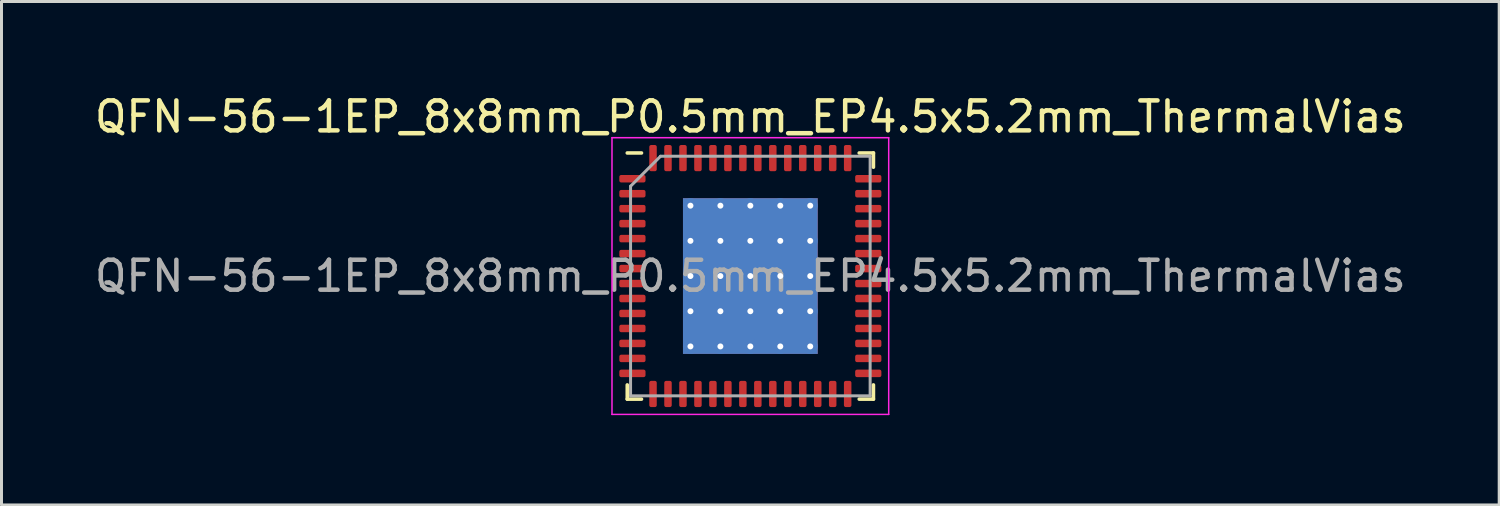
<source format=kicad_pcb>
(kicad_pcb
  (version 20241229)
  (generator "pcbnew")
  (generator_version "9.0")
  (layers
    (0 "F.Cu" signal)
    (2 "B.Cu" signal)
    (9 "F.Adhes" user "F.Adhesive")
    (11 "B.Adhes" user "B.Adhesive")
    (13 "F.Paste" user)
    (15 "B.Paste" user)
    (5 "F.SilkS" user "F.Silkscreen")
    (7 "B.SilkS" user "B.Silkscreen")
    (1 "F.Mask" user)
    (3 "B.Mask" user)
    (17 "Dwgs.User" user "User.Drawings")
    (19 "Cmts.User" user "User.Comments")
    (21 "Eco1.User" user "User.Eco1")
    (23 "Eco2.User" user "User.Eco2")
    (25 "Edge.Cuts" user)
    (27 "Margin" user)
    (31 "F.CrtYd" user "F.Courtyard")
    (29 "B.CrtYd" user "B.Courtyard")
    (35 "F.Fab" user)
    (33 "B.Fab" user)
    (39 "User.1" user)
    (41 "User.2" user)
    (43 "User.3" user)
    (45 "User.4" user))
  (footprint "QFN-56-1EP_8x8mm_P0.5mm_EP4.5x5.2mm_ThermalVias"
    (layer "F.Cu")
    (at 22.006 6.168)
    (property "Reference" "QFN-56-1EP_8x8mm_P0.5mm_EP4.5x5.2mm_ThermalVias" (at 0 -5.32 0) (layer "F.SilkS") (effects (font (size 1 1) (thickness 0.15))))
    (attr smd)
    (fp_line (start -4.11 4.11) (end -4.11 3.635) (stroke (width 0.12) (type solid)) (layer "F.SilkS"))
    (fp_line (start -3.635 -4.11) (end -4.11 -4.11) (stroke (width 0.12) (type solid)) (layer "F.SilkS"))
    (fp_line (start -3.635 4.11) (end -4.11 4.11) (stroke (width 0.12) (type solid)) (layer "F.SilkS"))
    (fp_line (start 3.635 -4.11) (end 4.11 -4.11) (stroke (width 0.12) (type solid)) (layer "F.SilkS"))
    (fp_line (start 3.635 4.11) (end 4.11 4.11) (stroke (width 0.12) (type solid)) (layer "F.SilkS"))
    (fp_line (start 4.11 -4.11) (end 4.11 -3.635) (stroke (width 0.12) (type solid)) (layer "F.SilkS"))
    (fp_line (start 4.11 4.11) (end 4.11 3.635) (stroke (width 0.12) (type solid)) (layer "F.SilkS"))
    (fp_line (start -4.62 -4.62) (end -4.62 4.62) (stroke (width 0.05) (type solid)) (layer "F.CrtYd"))
    (fp_line (start -4.62 4.62) (end 4.62 4.62) (stroke (width 0.05) (type solid)) (layer "F.CrtYd"))
    (fp_line (start 4.62 -4.62) (end -4.62 -4.62) (stroke (width 0.05) (type solid)) (layer "F.CrtYd"))
    (fp_line (start 4.62 4.62) (end 4.62 -4.62) (stroke (width 0.05) (type solid)) (layer "F.CrtYd"))
    (fp_line (start -4 -3) (end -3 -4) (stroke (width 0.1) (type solid)) (layer "F.Fab"))
    (fp_line (start -4 4) (end -4 -3) (stroke (width 0.1) (type solid)) (layer "F.Fab"))
    (fp_line (start -3 -4) (end 4 -4) (stroke (width 0.1) (type solid)) (layer "F.Fab"))
    (fp_line (start 4 -4) (end 4 4) (stroke (width 0.1) (type solid)) (layer "F.Fab"))
    (fp_line (start 4 4) (end -4 4) (stroke (width 0.1) (type solid)) (layer "F.Fab"))
    (fp_text user "${REFERENCE}" (at 0 0 0) (layer "F.Fab") (effects (font (size 1 1) (thickness 0.15))))
    (pad "" smd custom (at -1.5 -1.762) (size 0.776 0.776) (layers "F.Paste") (options (anchor circle)) (primitives (gr_poly (pts (xy -0.341 -0.33) (xy -0.262 -0.408) (xy 0.262 -0.408) (xy 0.341 -0.33) (xy 0.341 0.33) (xy 0.262 0.408) (xy -0.262 0.408) (xy -0.341 0.33)) (width 0.19) (fill yes))))
    (pad "" smd custom (at -1.5 -0.588) (size 0.776 0.776) (layers "F.Paste") (options (anchor circle)) (primitives (gr_poly (pts (xy -0.341 -0.33) (xy -0.262 -0.408) (xy 0.262 -0.408) (xy 0.341 -0.33) (xy 0.341 0.33) (xy 0.262 0.408) (xy -0.262 0.408) (xy -0.341 0.33)) (width 0.19) (fill yes))))
    (pad "" smd custom (at -1.5 0.588) (size 0.776 0.776) (layers "F.Paste") (options (anchor circle)) (primitives (gr_poly (pts (xy -0.341 -0.33) (xy -0.262 -0.408) (xy 0.262 -0.408) (xy 0.341 -0.33) (xy 0.341 0.33) (xy 0.262 0.408) (xy -0.262 0.408) (xy -0.341 0.33)) (width 0.19) (fill yes))))
    (pad "" smd custom (at -1.5 1.762) (size 0.776 0.776) (layers "F.Paste") (options (anchor circle)) (primitives (gr_poly (pts (xy -0.341 -0.33) (xy -0.262 -0.408) (xy 0.262 -0.408) (xy 0.341 -0.33) (xy 0.341 0.33) (xy 0.262 0.408) (xy -0.262 0.408) (xy -0.341 0.33)) (width 0.19) (fill yes))))
    (pad "" smd custom (at -0.5 -1.762) (size 0.776 0.776) (layers "F.Paste") (options (anchor circle)) (primitives (gr_poly (pts (xy -0.341 -0.33) (xy -0.262 -0.408) (xy 0.262 -0.408) (xy 0.341 -0.33) (xy 0.341 0.33) (xy 0.262 0.408) (xy -0.262 0.408) (xy -0.341 0.33)) (width 0.19) (fill yes))))
    (pad "" smd custom (at -0.5 -0.588) (size 0.776 0.776) (layers "F.Paste") (options (anchor circle)) (primitives (gr_poly (pts (xy -0.341 -0.33) (xy -0.262 -0.408) (xy 0.262 -0.408) (xy 0.341 -0.33) (xy 0.341 0.33) (xy 0.262 0.408) (xy -0.262 0.408) (xy -0.341 0.33)) (width 0.19) (fill yes))))
    (pad "" smd custom (at -0.5 0.588) (size 0.776 0.776) (layers "F.Paste") (options (anchor circle)) (primitives (gr_poly (pts (xy -0.341 -0.33) (xy -0.262 -0.408) (xy 0.262 -0.408) (xy 0.341 -0.33) (xy 0.341 0.33) (xy 0.262 0.408) (xy -0.262 0.408) (xy -0.341 0.33)) (width 0.19) (fill yes))))
    (pad "" smd custom (at -0.5 1.762) (size 0.776 0.776) (layers "F.Paste") (options (anchor circle)) (primitives (gr_poly (pts (xy -0.341 -0.33) (xy -0.262 -0.408) (xy 0.262 -0.408) (xy 0.341 -0.33) (xy 0.341 0.33) (xy 0.262 0.408) (xy -0.262 0.408) (xy -0.341 0.33)) (width 0.19) (fill yes))))
    (pad "" smd custom (at 0.5 -1.762) (size 0.776 0.776) (layers "F.Paste") (options (anchor circle)) (primitives (gr_poly (pts (xy -0.341 -0.33) (xy -0.262 -0.408) (xy 0.262 -0.408) (xy 0.341 -0.33) (xy 0.341 0.33) (xy 0.262 0.408) (xy -0.262 0.408) (xy -0.341 0.33)) (width 0.19) (fill yes))))
    (pad "" smd custom (at 0.5 -0.588) (size 0.776 0.776) (layers "F.Paste") (options (anchor circle)) (primitives (gr_poly (pts (xy -0.341 -0.33) (xy -0.262 -0.408) (xy 0.262 -0.408) (xy 0.341 -0.33) (xy 0.341 0.33) (xy 0.262 0.408) (xy -0.262 0.408) (xy -0.341 0.33)) (width 0.19) (fill yes))))
    (pad "" smd custom (at 0.5 0.588) (size 0.776 0.776) (layers "F.Paste") (options (anchor circle)) (primitives (gr_poly (pts (xy -0.341 -0.33) (xy -0.262 -0.408) (xy 0.262 -0.408) (xy 0.341 -0.33) (xy 0.341 0.33) (xy 0.262 0.408) (xy -0.262 0.408) (xy -0.341 0.33)) (width 0.19) (fill yes))))
    (pad "" smd custom (at 0.5 1.762) (size 0.776 0.776) (layers "F.Paste") (options (anchor circle)) (primitives (gr_poly (pts (xy -0.341 -0.33) (xy -0.262 -0.408) (xy 0.262 -0.408) (xy 0.341 -0.33) (xy 0.341 0.33) (xy 0.262 0.408) (xy -0.262 0.408) (xy -0.341 0.33)) (width 0.19) (fill yes))))
    (pad "" smd custom (at 1.5 -1.762) (size 0.776 0.776) (layers "F.Paste") (options (anchor circle)) (primitives (gr_poly (pts (xy -0.341 -0.33) (xy -0.262 -0.408) (xy 0.262 -0.408) (xy 0.341 -0.33) (xy 0.341 0.33) (xy 0.262 0.408) (xy -0.262 0.408) (xy -0.341 0.33)) (width 0.19) (fill yes))))
    (pad "" smd custom (at 1.5 -0.588) (size 0.776 0.776) (layers "F.Paste") (options (anchor circle)) (primitives (gr_poly (pts (xy -0.341 -0.33) (xy -0.262 -0.408) (xy 0.262 -0.408) (xy 0.341 -0.33) (xy 0.341 0.33) (xy 0.262 0.408) (xy -0.262 0.408) (xy -0.341 0.33)) (width 0.19) (fill yes))))
    (pad "" smd custom (at 1.5 0.588) (size 0.776 0.776) (layers "F.Paste") (options (anchor circle)) (primitives (gr_poly (pts (xy -0.341 -0.33) (xy -0.262 -0.408) (xy 0.262 -0.408) (xy 0.341 -0.33) (xy 0.341 0.33) (xy 0.262 0.408) (xy -0.262 0.408) (xy -0.341 0.33)) (width 0.19) (fill yes))))
    (pad "" smd custom (at 1.5 1.762) (size 0.776 0.776) (layers "F.Paste") (options (anchor circle)) (primitives (gr_poly (pts (xy -0.341 -0.33) (xy -0.262 -0.408) (xy 0.262 -0.408) (xy 0.341 -0.33) (xy 0.341 0.33) (xy 0.262 0.408) (xy -0.262 0.408) (xy -0.341 0.33)) (width 0.19) (fill yes))))
    (pad "1" smd roundrect (at -3.938 -3.25) (size 0.875 0.25) (layers "F.Cu" "F.Mask" "F.Paste") (roundrect_rratio 0.25))
    (pad "2" smd roundrect (at -3.938 -2.75) (size 0.875 0.25) (layers "F.Cu" "F.Mask" "F.Paste") (roundrect_rratio 0.25))
    (pad "3" smd roundrect (at -3.938 -2.25) (size 0.875 0.25) (layers "F.Cu" "F.Mask" "F.Paste") (roundrect_rratio 0.25))
    (pad "4" smd roundrect (at -3.938 -1.75) (size 0.875 0.25) (layers "F.Cu" "F.Mask" "F.Paste") (roundrect_rratio 0.25))
    (pad "5" smd roundrect (at -3.938 -1.25) (size 0.875 0.25) (layers "F.Cu" "F.Mask" "F.Paste") (roundrect_rratio 0.25))
    (pad "6" smd roundrect (at -3.938 -0.75) (size 0.875 0.25) (layers "F.Cu" "F.Mask" "F.Paste") (roundrect_rratio 0.25))
    (pad "7" smd roundrect (at -3.938 -0.25) (size 0.875 0.25) (layers "F.Cu" "F.Mask" "F.Paste") (roundrect_rratio 0.25))
    (pad "8" smd roundrect (at -3.938 0.25) (size 0.875 0.25) (layers "F.Cu" "F.Mask" "F.Paste") (roundrect_rratio 0.25))
    (pad "9" smd roundrect (at -3.938 0.75) (size 0.875 0.25) (layers "F.Cu" "F.Mask" "F.Paste") (roundrect_rratio 0.25))
    (pad "10" smd roundrect (at -3.938 1.25) (size 0.875 0.25) (layers "F.Cu" "F.Mask" "F.Paste") (roundrect_rratio 0.25))
    (pad "11" smd roundrect (at -3.938 1.75) (size 0.875 0.25) (layers "F.Cu" "F.Mask" "F.Paste") (roundrect_rratio 0.25))
    (pad "12" smd roundrect (at -3.938 2.25) (size 0.875 0.25) (layers "F.Cu" "F.Mask" "F.Paste") (roundrect_rratio 0.25))
    (pad "13" smd roundrect (at -3.938 2.75) (size 0.875 0.25) (layers "F.Cu" "F.Mask" "F.Paste") (roundrect_rratio 0.25))
    (pad "14" smd roundrect (at -3.938 3.25) (size 0.875 0.25) (layers "F.Cu" "F.Mask" "F.Paste") (roundrect_rratio 0.25))
    (pad "15" smd roundrect (at -3.25 3.938) (size 0.25 0.875) (layers "F.Cu" "F.Mask" "F.Paste") (roundrect_rratio 0.25))
    (pad "16" smd roundrect (at -2.75 3.938) (size 0.25 0.875) (layers "F.Cu" "F.Mask" "F.Paste") (roundrect_rratio 0.25))
    (pad "17" smd roundrect (at -2.25 3.938) (size 0.25 0.875) (layers "F.Cu" "F.Mask" "F.Paste") (roundrect_rratio 0.25))
    (pad "18" smd roundrect (at -1.75 3.938) (size 0.25 0.875) (layers "F.Cu" "F.Mask" "F.Paste") (roundrect_rratio 0.25))
    (pad "19" smd roundrect (at -1.25 3.938) (size 0.25 0.875) (layers "F.Cu" "F.Mask" "F.Paste") (roundrect_rratio 0.25))
    (pad "20" smd roundrect (at -0.75 3.938) (size 0.25 0.875) (layers "F.Cu" "F.Mask" "F.Paste") (roundrect_rratio 0.25))
    (pad "21" smd roundrect (at -0.25 3.938) (size 0.25 0.875) (layers "F.Cu" "F.Mask" "F.Paste") (roundrect_rratio 0.25))
    (pad "22" smd roundrect (at 0.25 3.938) (size 0.25 0.875) (layers "F.Cu" "F.Mask" "F.Paste") (roundrect_rratio 0.25))
    (pad "23" smd roundrect (at 0.75 3.938) (size 0.25 0.875) (layers "F.Cu" "F.Mask" "F.Paste") (roundrect_rratio 0.25))
    (pad "24" smd roundrect (at 1.25 3.938) (size 0.25 0.875) (layers "F.Cu" "F.Mask" "F.Paste") (roundrect_rratio 0.25))
    (pad "25" smd roundrect (at 1.75 3.938) (size 0.25 0.875) (layers "F.Cu" "F.Mask" "F.Paste") (roundrect_rratio 0.25))
    (pad "26" smd roundrect (at 2.25 3.938) (size 0.25 0.875) (layers "F.Cu" "F.Mask" "F.Paste") (roundrect_rratio 0.25))
    (pad "27" smd roundrect (at 2.75 3.938) (size 0.25 0.875) (layers "F.Cu" "F.Mask" "F.Paste") (roundrect_rratio 0.25))
    (pad "28" smd roundrect (at 3.25 3.938) (size 0.25 0.875) (layers "F.Cu" "F.Mask" "F.Paste") (roundrect_rratio 0.25))
    (pad "29" smd roundrect (at 3.938 3.25) (size 0.875 0.25) (layers "F.Cu" "F.Mask" "F.Paste") (roundrect_rratio 0.25))
    (pad "30" smd roundrect (at 3.938 2.75) (size 0.875 0.25) (layers "F.Cu" "F.Mask" "F.Paste") (roundrect_rratio 0.25))
    (pad "31" smd roundrect (at 3.938 2.25) (size 0.875 0.25) (layers "F.Cu" "F.Mask" "F.Paste") (roundrect_rratio 0.25))
    (pad "32" smd roundrect (at 3.938 1.75) (size 0.875 0.25) (layers "F.Cu" "F.Mask" "F.Paste") (roundrect_rratio 0.25))
    (pad "33" smd roundrect (at 3.938 1.25) (size 0.875 0.25) (layers "F.Cu" "F.Mask" "F.Paste") (roundrect_rratio 0.25))
    (pad "34" smd roundrect (at 3.938 0.75) (size 0.875 0.25) (layers "F.Cu" "F.Mask" "F.Paste") (roundrect_rratio 0.25))
    (pad "35" smd roundrect (at 3.938 0.25) (size 0.875 0.25) (layers "F.Cu" "F.Mask" "F.Paste") (roundrect_rratio 0.25))
    (pad "36" smd roundrect (at 3.938 -0.25) (size 0.875 0.25) (layers "F.Cu" "F.Mask" "F.Paste") (roundrect_rratio 0.25))
    (pad "37" smd roundrect (at 3.938 -0.75) (size 0.875 0.25) (layers "F.Cu" "F.Mask" "F.Paste") (roundrect_rratio 0.25))
    (pad "38" smd roundrect (at 3.938 -1.25) (size 0.875 0.25) (layers "F.Cu" "F.Mask" "F.Paste") (roundrect_rratio 0.25))
    (pad "39" smd roundrect (at 3.938 -1.75) (size 0.875 0.25) (layers "F.Cu" "F.Mask" "F.Paste") (roundrect_rratio 0.25))
    (pad "40" smd roundrect (at 3.938 -2.25) (size 0.875 0.25) (layers "F.Cu" "F.Mask" "F.Paste") (roundrect_rratio 0.25))
    (pad "41" smd roundrect (at 3.938 -2.75) (size 0.875 0.25) (layers "F.Cu" "F.Mask" "F.Paste") (roundrect_rratio 0.25))
    (pad "42" smd roundrect (at 3.938 -3.25) (size 0.875 0.25) (layers "F.Cu" "F.Mask" "F.Paste") (roundrect_rratio 0.25))
    (pad "43" smd roundrect (at 3.25 -3.938) (size 0.25 0.875) (layers "F.Cu" "F.Mask" "F.Paste") (roundrect_rratio 0.25))
    (pad "44" smd roundrect (at 2.75 -3.938) (size 0.25 0.875) (layers "F.Cu" "F.Mask" "F.Paste") (roundrect_rratio 0.25))
    (pad "45" smd roundrect (at 2.25 -3.938) (size 0.25 0.875) (layers "F.Cu" "F.Mask" "F.Paste") (roundrect_rratio 0.25))
    (pad "46" smd roundrect (at 1.75 -3.938) (size 0.25 0.875) (layers "F.Cu" "F.Mask" "F.Paste") (roundrect_rratio 0.25))
    (pad "47" smd roundrect (at 1.25 -3.938) (size 0.25 0.875) (layers "F.Cu" "F.Mask" "F.Paste") (roundrect_rratio 0.25))
    (pad "48" smd roundrect (at 0.75 -3.938) (size 0.25 0.875) (layers "F.Cu" "F.Mask" "F.Paste") (roundrect_rratio 0.25))
    (pad "49" smd roundrect (at 0.25 -3.938) (size 0.25 0.875) (layers "F.Cu" "F.Mask" "F.Paste") (roundrect_rratio 0.25))
    (pad "50" smd roundrect (at -0.25 -3.938) (size 0.25 0.875) (layers "F.Cu" "F.Mask" "F.Paste") (roundrect_rratio 0.25))
    (pad "51" smd roundrect (at -0.75 -3.938) (size 0.25 0.875) (layers "F.Cu" "F.Mask" "F.Paste") (roundrect_rratio 0.25))
    (pad "52" smd roundrect (at -1.25 -3.938) (size 0.25 0.875) (layers "F.Cu" "F.Mask" "F.Paste") (roundrect_rratio 0.25))
    (pad "53" smd roundrect (at -1.75 -3.938) (size 0.25 0.875) (layers "F.Cu" "F.Mask" "F.Paste") (roundrect_rratio 0.25))
    (pad "54" smd roundrect (at -2.25 -3.938) (size 0.25 0.875) (layers "F.Cu" "F.Mask" "F.Paste") (roundrect_rratio 0.25))
    (pad "55" smd roundrect (at -2.75 -3.938) (size 0.25 0.875) (layers "F.Cu" "F.Mask" "F.Paste") (roundrect_rratio 0.25))
    (pad "56" smd roundrect (at -3.25 -3.938) (size 0.25 0.875) (layers "F.Cu" "F.Mask" "F.Paste") (roundrect_rratio 0.25))
    (pad "57" thru_hole circle (at -2 -2.35) (size 0.5 0.5) (drill 0.2) (layers "*.Cu"))
    (pad "57" thru_hole circle (at -2 -1.175) (size 0.5 0.5) (drill 0.2) (layers "*.Cu"))
    (pad "57" thru_hole circle (at -2 0) (size 0.5 0.5) (drill 0.2) (layers "*.Cu"))
    (pad "57" thru_hole circle (at -2 1.175) (size 0.5 0.5) (drill 0.2) (layers "*.Cu"))
    (pad "57" thru_hole circle (at -2 2.35) (size 0.5 0.5) (drill 0.2) (layers "*.Cu"))
    (pad "57" thru_hole circle (at -1 -2.35) (size 0.5 0.5) (drill 0.2) (layers "*.Cu"))
    (pad "57" thru_hole circle (at -1 -1.175) (size 0.5 0.5) (drill 0.2) (layers "*.Cu"))
    (pad "57" thru_hole circle (at -1 0) (size 0.5 0.5) (drill 0.2) (layers "*.Cu"))
    (pad "57" thru_hole circle (at -1 1.175) (size 0.5 0.5) (drill 0.2) (layers "*.Cu"))
    (pad "57" thru_hole circle (at -1 2.35) (size 0.5 0.5) (drill 0.2) (layers "*.Cu"))
    (pad "57" thru_hole circle (at 0 -2.35) (size 0.5 0.5) (drill 0.2) (layers "*.Cu"))
    (pad "57" thru_hole circle (at 0 -1.175) (size 0.5 0.5) (drill 0.2) (layers "*.Cu"))
    (pad "57" thru_hole circle (at 0 0) (size 0.5 0.5) (drill 0.2) (layers "*.Cu"))
    (pad "57" smd rect (at 0 0) (size 4.5 5.2) (layers "F.Cu" "F.Mask"))
    (pad "57" smd rect (at 0 0) (size 4.5 5.2) (layers "B.Cu"))
    (pad "57" thru_hole circle (at 0 1.175) (size 0.5 0.5) (drill 0.2) (layers "*.Cu"))
    (pad "57" thru_hole circle (at 0 2.35) (size 0.5 0.5) (drill 0.2) (layers "*.Cu"))
    (pad "57" thru_hole circle (at 1 -2.35) (size 0.5 0.5) (drill 0.2) (layers "*.Cu"))
    (pad "57" thru_hole circle (at 1 -1.175) (size 0.5 0.5) (drill 0.2) (layers "*.Cu"))
    (pad "57" thru_hole circle (at 1 0) (size 0.5 0.5) (drill 0.2) (layers "*.Cu"))
    (pad "57" thru_hole circle (at 1 1.175) (size 0.5 0.5) (drill 0.2) (layers "*.Cu"))
    (pad "57" thru_hole circle (at 1 2.35) (size 0.5 0.5) (drill 0.2) (layers "*.Cu"))
    (pad "57" thru_hole circle (at 2 -2.35) (size 0.5 0.5) (drill 0.2) (layers "*.Cu"))
    (pad "57" thru_hole circle (at 2 -1.175) (size 0.5 0.5) (drill 0.2) (layers "*.Cu"))
    (pad "57" thru_hole circle (at 2 0) (size 0.5 0.5) (drill 0.2) (layers "*.Cu"))
    (pad "57" thru_hole circle (at 2 1.175) (size 0.5 0.5) (drill 0.2) (layers "*.Cu"))
    (pad "57" thru_hole circle (at 2 2.35) (size 0.5 0.5) (drill 0.2) (layers "*.Cu")))
  (gr_rect
    (start -3 -3)
    (end 47.012 13.813)
    (stroke (width 0.1) (type default))
    (fill no)
    (layer "Edge.Cuts")))
</source>
